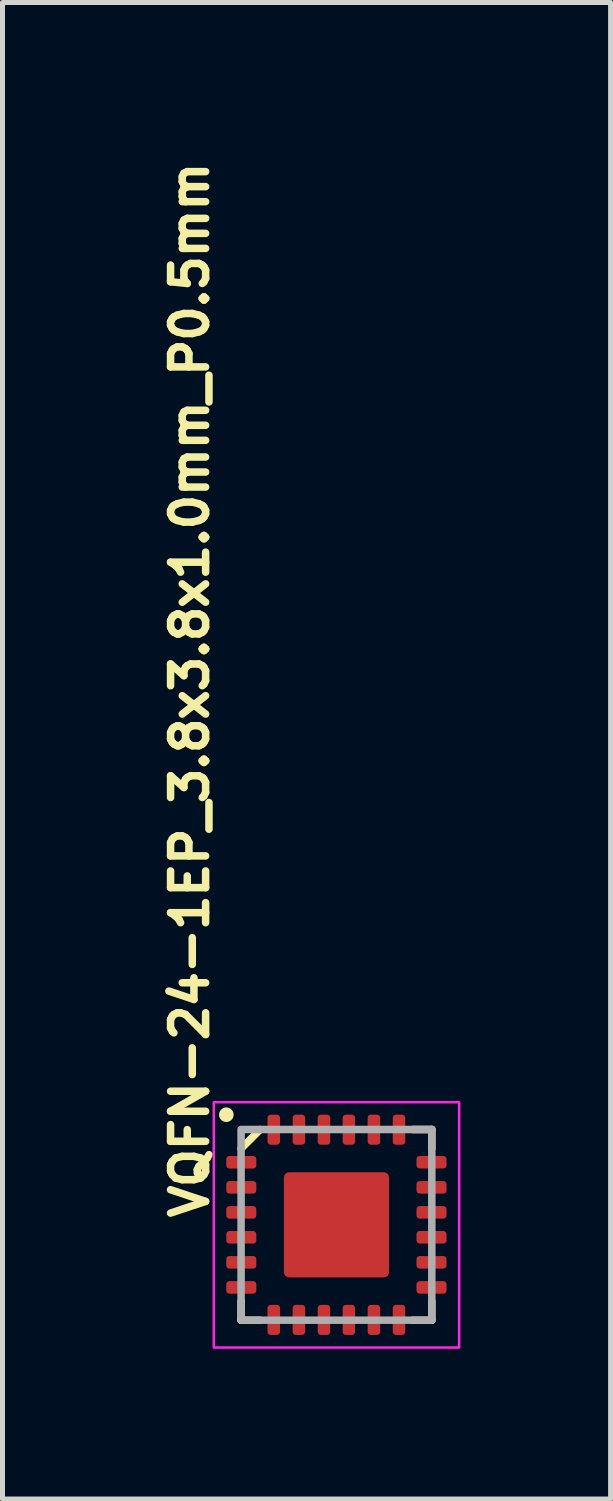
<source format=kicad_pcb>
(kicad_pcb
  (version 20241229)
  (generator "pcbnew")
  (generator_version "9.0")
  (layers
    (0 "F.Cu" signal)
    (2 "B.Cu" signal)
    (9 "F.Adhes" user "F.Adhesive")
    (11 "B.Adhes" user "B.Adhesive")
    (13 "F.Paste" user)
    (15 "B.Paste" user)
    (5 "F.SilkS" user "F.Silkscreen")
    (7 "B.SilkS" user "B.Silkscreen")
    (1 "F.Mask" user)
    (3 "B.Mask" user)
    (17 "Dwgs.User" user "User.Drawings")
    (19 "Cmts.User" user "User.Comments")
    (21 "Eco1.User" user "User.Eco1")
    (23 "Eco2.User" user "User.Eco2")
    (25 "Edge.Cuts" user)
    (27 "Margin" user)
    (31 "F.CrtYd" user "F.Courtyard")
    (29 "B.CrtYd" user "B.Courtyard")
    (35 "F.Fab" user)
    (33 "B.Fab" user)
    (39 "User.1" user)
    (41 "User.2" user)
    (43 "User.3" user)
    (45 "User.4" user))
  (footprint "VQFN-24-1EP_3.8x3.8x1.0mm_P0.5mm"
    (layer "F.Cu")
    (at 3.67 21.413)
    (property "Reference" "VQFN-24-1EP_3.8x3.8x1.0mm_P0.5mm" (at -2.52 -0.07 90) (layer "F.SilkS") (effects (font (size 0.7 0.7) (thickness 0.15)) (justify left bottom)))
    (attr smd)
    (fp_line (start -1.905 1.904) (end -1.905 1.523) (stroke (width 0.15) (type solid)) (layer "F.SilkS"))
    (fp_line (start -1.524 -1.905) (end -1.905 -1.524) (stroke (width 0.15) (type solid)) (layer "F.SilkS"))
    (fp_line (start -1.524 1.904) (end -1.905 1.904) (stroke (width 0.15) (type solid)) (layer "F.SilkS"))
    (fp_line (start 1.523 -1.905) (end 1.904 -1.905) (stroke (width 0.15) (type solid)) (layer "F.SilkS"))
    (fp_line (start 1.904 -1.905) (end 1.904 -1.524) (stroke (width 0.15) (type solid)) (layer "F.SilkS"))
    (fp_line (start 1.904 1.523) (end 1.904 1.904) (stroke (width 0.15) (type solid)) (layer "F.SilkS"))
    (fp_line (start 1.904 1.904) (end 1.523 1.904) (stroke (width 0.15) (type solid)) (layer "F.SilkS"))
    (fp_circle (center -2.2 -2.2) (end -2.15 -2.15) (stroke (width 0.15) (type solid)) (fill yes) (layer "F.SilkS"))
    (fp_rect (start 2.45 2.45) (end -2.45 -2.45) (stroke (width 0.05) (type solid)) (fill no) (layer "F.CrtYd"))
    (fp_rect (start 1.904 -1.905) (end -1.905 1.904) (stroke (width 0.15) (type solid)) (fill no) (layer "F.Fab"))
    (fp_rect (start 1.999 1.999) (end -2 -2) (stroke (width 0.1) (type solid)) (fill no) (layer "User.5"))
    (fp_line (start -2 -2) (end 1.999 -2) (stroke (width 0.02) (type solid)) (layer "User.9"))
    (fp_line (start -2 1.999) (end -2 -2) (stroke (width 0.02) (type solid)) (layer "User.9"))
    (fp_line (start -1.651 -1.418) (end -1.649 -1.426) (stroke (width 0.02) (type solid)) (layer "User.9"))
    (fp_line (start -1.651 -1.41) (end -1.651 -1.418) (stroke (width 0.02) (type solid)) (layer "User.9"))
    (fp_line (start -1.651 -1.401) (end -1.651 -1.41) (stroke (width 0.02) (type solid)) (layer "User.9"))
    (fp_line (start -1.651 -1.385) (end -1.651 -1.401) (stroke (width 0.02) (type solid)) (layer "User.9"))
    (fp_line (start -1.649 -1.434) (end -1.647 -1.442) (stroke (width 0.02) (type solid)) (layer "User.9"))
    (fp_line (start -1.649 -1.426) (end -1.649 -1.434) (stroke (width 0.02) (type solid)) (layer "User.9"))
    (fp_line (start -1.649 -1.367) (end -1.651 -1.385) (stroke (width 0.02) (type solid)) (layer "User.9"))
    (fp_line (start -1.647 -1.45) (end -1.645 -1.458) (stroke (width 0.02) (type solid)) (layer "User.9"))
    (fp_line (start -1.647 -1.442) (end -1.647 -1.45) (stroke (width 0.02) (type solid)) (layer "User.9"))
    (fp_line (start -1.647 -1.351) (end -1.649 -1.367) (stroke (width 0.02) (type solid)) (layer "User.9"))
    (fp_line (start -1.645 -1.458) (end -1.643 -1.466) (stroke (width 0.02) (type solid)) (layer "User.9"))
    (fp_line (start -1.643 -1.466) (end -1.641 -1.474) (stroke (width 0.02) (type solid)) (layer "User.9"))
    (fp_line (start -1.643 -1.335) (end -1.647 -1.351) (stroke (width 0.02) (type solid)) (layer "User.9"))
    (fp_line (start -1.641 -1.474) (end -1.637 -1.482) (stroke (width 0.02) (type solid)) (layer "User.9"))
    (fp_line (start -1.637 -1.482) (end -1.635 -1.49) (stroke (width 0.02) (type solid)) (layer "User.9"))
    (fp_line (start -1.637 -1.321) (end -1.643 -1.335) (stroke (width 0.02) (type solid)) (layer "User.9"))
    (fp_line (start -1.635 -1.49) (end -1.631 -1.496) (stroke (width 0.02) (type solid)) (layer "User.9"))
    (fp_line (start -1.631 -1.496) (end -1.629 -1.504) (stroke (width 0.02) (type solid)) (layer "User.9"))
    (fp_line (start -1.631 -1.305) (end -1.637 -1.321) (stroke (width 0.02) (type solid)) (layer "User.9"))
    (fp_line (start -1.629 -1.504) (end -1.625 -1.512) (stroke (width 0.02) (type solid)) (layer "User.9"))
    (fp_line (start -1.625 -1.512) (end -1.621 -1.518) (stroke (width 0.02) (type solid)) (layer "User.9"))
    (fp_line (start -1.625 -1.291) (end -1.631 -1.305) (stroke (width 0.02) (type solid)) (layer "User.9"))
    (fp_line (start -1.621 -1.518) (end -1.617 -1.526) (stroke (width 0.02) (type solid)) (layer "User.9"))
    (fp_line (start -1.617 -1.526) (end -1.613 -1.532) (stroke (width 0.02) (type solid)) (layer "User.9"))
    (fp_line (start -1.617 -1.276) (end -1.625 -1.291) (stroke (width 0.02) (type solid)) (layer "User.9"))
    (fp_line (start -1.613 -1.532) (end -1.609 -1.539) (stroke (width 0.02) (type solid)) (layer "User.9"))
    (fp_line (start -1.609 -1.539) (end -1.605 -1.547) (stroke (width 0.02) (type solid)) (layer "User.9"))
    (fp_line (start -1.609 -1.262) (end -1.617 -1.276) (stroke (width 0.02) (type solid)) (layer "User.9"))
    (fp_line (start -1.605 -1.547) (end -1.599 -1.553) (stroke (width 0.02) (type solid)) (layer "User.9"))
    (fp_line (start -1.599 -1.553) (end -1.595 -1.559) (stroke (width 0.02) (type solid)) (layer "User.9"))
    (fp_line (start -1.599 -1.25) (end -1.609 -1.262) (stroke (width 0.02) (type solid)) (layer "User.9"))
    (fp_line (start -1.595 -1.559) (end -1.589 -1.565) (stroke (width 0.02) (type solid)) (layer "User.9"))
    (fp_line (start -1.589 -1.565) (end -1.583 -1.571) (stroke (width 0.02) (type solid)) (layer "User.9"))
    (fp_line (start -1.589 -1.236) (end -1.599 -1.25) (stroke (width 0.02) (type solid)) (layer "User.9"))
    (fp_line (start -1.583 -1.571) (end -1.579 -1.577) (stroke (width 0.02) (type solid)) (layer "User.9"))
    (fp_line (start -1.579 -1.577) (end -1.573 -1.583) (stroke (width 0.02) (type solid)) (layer "User.9"))
    (fp_line (start -1.579 -1.224) (end -1.589 -1.236) (stroke (width 0.02) (type solid)) (layer "User.9"))
    (fp_line (start -1.573 -1.583) (end -1.567 -1.589) (stroke (width 0.02) (type solid)) (layer "User.9"))
    (fp_line (start -1.567 -1.589) (end -1.561 -1.593) (stroke (width 0.02) (type solid)) (layer "User.9"))
    (fp_line (start -1.567 -1.214) (end -1.579 -1.224) (stroke (width 0.02) (type solid)) (layer "User.9"))
    (fp_line (start -1.561 -1.593) (end -1.553 -1.599) (stroke (width 0.02) (type solid)) (layer "User.9"))
    (fp_line (start -1.553 -1.599) (end -1.547 -1.603) (stroke (width 0.02) (type solid)) (layer "User.9"))
    (fp_line (start -1.553 -1.202) (end -1.567 -1.214) (stroke (width 0.02) (type solid)) (layer "User.9"))
    (fp_line (start -1.547 -1.603) (end -1.541 -1.609) (stroke (width 0.02) (type solid)) (layer "User.9"))
    (fp_line (start -1.541 -1.609) (end -1.534 -1.613) (stroke (width 0.02) (type solid)) (layer "User.9"))
    (fp_line (start -1.541 -1.194) (end -1.553 -1.202) (stroke (width 0.02) (type solid)) (layer "User.9"))
    (fp_line (start -1.534 -1.613) (end -1.526 -1.617) (stroke (width 0.02) (type solid)) (layer "User.9"))
    (fp_line (start -1.526 -1.617) (end -1.526 -1.617) (stroke (width 0.02) (type solid)) (layer "User.9"))
    (fp_line (start -1.526 -1.617) (end -1.512 -1.625) (stroke (width 0.02) (type solid)) (layer "User.9"))
    (fp_line (start -1.526 -1.184) (end -1.541 -1.194) (stroke (width 0.02) (type solid)) (layer "User.9"))
    (fp_line (start -1.526 -1.184) (end -1.526 -1.184) (stroke (width 0.02) (type solid)) (layer "User.9"))
    (fp_line (start -1.512 -1.625) (end -1.496 -1.633) (stroke (width 0.02) (type solid)) (layer "User.9"))
    (fp_line (start -1.512 -1.176) (end -1.526 -1.184) (stroke (width 0.02) (type solid)) (layer "User.9"))
    (fp_line (start -1.496 -1.633) (end -1.48 -1.637) (stroke (width 0.02) (type solid)) (layer "User.9"))
    (fp_line (start -1.496 -1.17) (end -1.512 -1.176) (stroke (width 0.02) (type solid)) (layer "User.9"))
    (fp_line (start -1.48 -1.637) (end -1.466 -1.643) (stroke (width 0.02) (type solid)) (layer "User.9"))
    (fp_line (start -1.48 -1.164) (end -1.496 -1.17) (stroke (width 0.02) (type solid)) (layer "User.9"))
    (fp_line (start -1.466 -1.643) (end -1.45 -1.647) (stroke (width 0.02) (type solid)) (layer "User.9"))
    (fp_line (start -1.466 -1.16) (end -1.48 -1.164) (stroke (width 0.02) (type solid)) (layer "User.9"))
    (fp_line (start -1.45 -1.647) (end -1.434 -1.649) (stroke (width 0.02) (type solid)) (layer "User.9"))
    (fp_line (start -1.45 -1.156) (end -1.466 -1.16) (stroke (width 0.02) (type solid)) (layer "User.9"))
    (fp_line (start -1.434 -1.649) (end -1.418 -1.651) (stroke (width 0.02) (type solid)) (layer "User.9"))
    (fp_line (start -1.434 -1.154) (end -1.45 -1.156) (stroke (width 0.02) (type solid)) (layer "User.9"))
    (fp_line (start -1.418 -1.651) (end -1.401 -1.651) (stroke (width 0.02) (type solid)) (layer "User.9"))
    (fp_line (start -1.418 -1.151) (end -1.434 -1.154) (stroke (width 0.02) (type solid)) (layer "User.9"))
    (fp_line (start -1.401 -1.651) (end -1.385 -1.651) (stroke (width 0.02) (type solid)) (layer "User.9"))
    (fp_line (start -1.401 -1.151) (end -1.418 -1.151) (stroke (width 0.02) (type solid)) (layer "User.9"))
    (fp_line (start -1.385 -1.651) (end -1.369 -1.649) (stroke (width 0.02) (type solid)) (layer "User.9"))
    (fp_line (start -1.385 -1.151) (end -1.401 -1.151) (stroke (width 0.02) (type solid)) (layer "User.9"))
    (fp_line (start -1.369 -1.649) (end -1.353 -1.647) (stroke (width 0.02) (type solid)) (layer "User.9"))
    (fp_line (start -1.369 -1.154) (end -1.385 -1.151) (stroke (width 0.02) (type solid)) (layer "User.9"))
    (fp_line (start -1.353 -1.647) (end -1.337 -1.643) (stroke (width 0.02) (type solid)) (layer "User.9"))
    (fp_line (start -1.353 -1.156) (end -1.369 -1.154) (stroke (width 0.02) (type solid)) (layer "User.9"))
    (fp_line (start -1.337 -1.643) (end -1.321 -1.637) (stroke (width 0.02) (type solid)) (layer "User.9"))
    (fp_line (start -1.337 -1.16) (end -1.353 -1.156) (stroke (width 0.02) (type solid)) (layer "User.9"))
    (fp_line (start -1.321 -1.637) (end -1.305 -1.633) (stroke (width 0.02) (type solid)) (layer "User.9"))
    (fp_line (start -1.321 -1.164) (end -1.337 -1.16) (stroke (width 0.02) (type solid)) (layer "User.9"))
    (fp_line (start -1.305 -1.633) (end -1.291 -1.625) (stroke (width 0.02) (type solid)) (layer "User.9"))
    (fp_line (start -1.305 -1.17) (end -1.321 -1.164) (stroke (width 0.02) (type solid)) (layer "User.9"))
    (fp_line (start -1.291 -1.625) (end -1.276 -1.617) (stroke (width 0.02) (type solid)) (layer "User.9"))
    (fp_line (start -1.291 -1.176) (end -1.305 -1.17) (stroke (width 0.02) (type solid)) (layer "User.9"))
    (fp_line (start -1.276 -1.617) (end -1.276 -1.617) (stroke (width 0.02) (type solid)) (layer "User.9"))
    (fp_line (start -1.276 -1.617) (end -1.262 -1.609) (stroke (width 0.02) (type solid)) (layer "User.9"))
    (fp_line (start -1.276 -1.184) (end -1.291 -1.176) (stroke (width 0.02) (type solid)) (layer "User.9"))
    (fp_line (start -1.276 -1.184) (end -1.276 -1.184) (stroke (width 0.02) (type solid)) (layer "User.9"))
    (fp_line (start -1.268 -1.188) (end -1.276 -1.184) (stroke (width 0.02) (type solid)) (layer "User.9"))
    (fp_line (start -1.262 -1.609) (end -1.248 -1.599) (stroke (width 0.02) (type solid)) (layer "User.9"))
    (fp_line (start -1.262 -1.194) (end -1.268 -1.188) (stroke (width 0.02) (type solid)) (layer "User.9"))
    (fp_line (start -1.256 -1.198) (end -1.262 -1.194) (stroke (width 0.02) (type solid)) (layer "User.9"))
    (fp_line (start -1.248 -1.599) (end -1.236 -1.589) (stroke (width 0.02) (type solid)) (layer "User.9"))
    (fp_line (start -1.248 -1.202) (end -1.256 -1.198) (stroke (width 0.02) (type solid)) (layer "User.9"))
    (fp_line (start -1.242 -1.208) (end -1.248 -1.202) (stroke (width 0.02) (type solid)) (layer "User.9"))
    (fp_line (start -1.236 -1.589) (end -1.224 -1.577) (stroke (width 0.02) (type solid)) (layer "User.9"))
    (fp_line (start -1.236 -1.214) (end -1.242 -1.208) (stroke (width 0.02) (type solid)) (layer "User.9"))
    (fp_line (start -1.23 -1.218) (end -1.236 -1.214) (stroke (width 0.02) (type solid)) (layer "User.9"))
    (fp_line (start -1.224 -1.577) (end -1.212 -1.565) (stroke (width 0.02) (type solid)) (layer "User.9"))
    (fp_line (start -1.224 -1.224) (end -1.23 -1.218) (stroke (width 0.02) (type solid)) (layer "User.9"))
    (fp_line (start -1.218 -1.23) (end -1.224 -1.224) (stroke (width 0.02) (type solid)) (layer "User.9"))
    (fp_line (start -1.212 -1.565) (end -1.202 -1.553) (stroke (width 0.02) (type solid)) (layer "User.9"))
    (fp_line (start -1.212 -1.236) (end -1.218 -1.23) (stroke (width 0.02) (type solid)) (layer "User.9"))
    (fp_line (start -1.208 -1.242) (end -1.212 -1.236) (stroke (width 0.02) (type solid)) (layer "User.9"))
    (fp_line (start -1.202 -1.553) (end -1.194 -1.539) (stroke (width 0.02) (type solid)) (layer "User.9"))
    (fp_line (start -1.202 -1.25) (end -1.208 -1.242) (stroke (width 0.02) (type solid)) (layer "User.9"))
    (fp_line (start -1.198 -1.256) (end -1.202 -1.25) (stroke (width 0.02) (type solid)) (layer "User.9"))
    (fp_line (start -1.194 -1.539) (end -1.184 -1.526) (stroke (width 0.02) (type solid)) (layer "User.9"))
    (fp_line (start -1.194 -1.262) (end -1.198 -1.256) (stroke (width 0.02) (type solid)) (layer "User.9"))
    (fp_line (start -1.188 -1.27) (end -1.194 -1.262) (stroke (width 0.02) (type solid)) (layer "User.9"))
    (fp_line (start -1.184 -1.526) (end -1.176 -1.512) (stroke (width 0.02) (type solid)) (layer "User.9"))
    (fp_line (start -1.184 -1.276) (end -1.188 -1.27) (stroke (width 0.02) (type solid)) (layer "User.9"))
    (fp_line (start -1.18 -1.283) (end -1.184 -1.276) (stroke (width 0.02) (type solid)) (layer "User.9"))
    (fp_line (start -1.176 -1.512) (end -1.17 -1.496) (stroke (width 0.02) (type solid)) (layer "User.9"))
    (fp_line (start -1.176 -1.291) (end -1.18 -1.283) (stroke (width 0.02) (type solid)) (layer "User.9"))
    (fp_line (start -1.174 -1.297) (end -1.176 -1.291) (stroke (width 0.02) (type solid)) (layer "User.9"))
    (fp_line (start -1.17 -1.496) (end -1.164 -1.482) (stroke (width 0.02) (type solid)) (layer "User.9"))
    (fp_line (start -1.17 -1.305) (end -1.174 -1.297) (stroke (width 0.02) (type solid)) (layer "User.9"))
    (fp_line (start -1.168 -1.313) (end -1.17 -1.305) (stroke (width 0.02) (type solid)) (layer "User.9"))
    (fp_line (start -1.164 -1.482) (end -1.16 -1.466) (stroke (width 0.02) (type solid)) (layer "User.9"))
    (fp_line (start -1.164 -1.321) (end -1.168 -1.313) (stroke (width 0.02) (type solid)) (layer "User.9"))
    (fp_line (start -1.162 -1.327) (end -1.164 -1.321) (stroke (width 0.02) (type solid)) (layer "User.9"))
    (fp_line (start -1.16 -1.466) (end -1.156 -1.45) (stroke (width 0.02) (type solid)) (layer "User.9"))
    (fp_line (start -1.16 -1.335) (end -1.162 -1.327) (stroke (width 0.02) (type solid)) (layer "User.9"))
    (fp_line (start -1.158 -1.343) (end -1.16 -1.335) (stroke (width 0.02) (type solid)) (layer "User.9"))
    (fp_line (start -1.156 -1.45) (end -1.154 -1.434) (stroke (width 0.02) (type solid)) (layer "User.9"))
    (fp_line (start -1.156 -1.351) (end -1.158 -1.343) (stroke (width 0.02) (type solid)) (layer "User.9"))
    (fp_line (start -1.154 -1.434) (end -1.151 -1.418) (stroke (width 0.02) (type solid)) (layer "User.9"))
    (fp_line (start -1.154 -1.367) (end -1.154 -1.359) (stroke (width 0.02) (type solid)) (layer "User.9"))
    (fp_line (start -1.154 -1.359) (end -1.156 -1.351) (stroke (width 0.02) (type solid)) (layer "User.9"))
    (fp_line (start -1.153 -1.377) (end -1.154 -1.367) (stroke (width 0.02) (type solid)) (layer "User.9"))
    (fp_line (start -1.151 -1.418) (end -1.151 -1.401) (stroke (width 0.02) (type solid)) (layer "User.9"))
    (fp_line (start -1.151 -1.401) (end -1.151 -1.393) (stroke (width 0.02) (type solid)) (layer "User.9"))
    (fp_line (start -1.151 -1.393) (end -1.151 -1.385) (stroke (width 0.02) (type solid)) (layer "User.9"))
    (fp_line (start -1.151 -1.385) (end -1.153 -1.377) (stroke (width 0.02) (type solid)) (layer "User.9"))
    (fp_line (start 1.999 -2) (end 1.999 1.999) (stroke (width 0.02) (type solid)) (layer "User.9"))
    (fp_line (start 1.999 1.999) (end -2 1.999) (stroke (width 0.02) (type solid)) (layer "User.9"))
    (pad "1" smd roundrect (at -1.901 -1.25 270) (size 0.25 0.6) (layers "F.Cu" "F.Mask" "F.Paste") (roundrect_rratio 0.25))
    (pad "2" smd roundrect (at -1.901 -0.75 270) (size 0.25 0.6) (layers "F.Cu" "F.Mask" "F.Paste") (roundrect_rratio 0.25))
    (pad "3" smd roundrect (at -1.901 -0.25 270) (size 0.25 0.6) (layers "F.Cu" "F.Mask" "F.Paste") (roundrect_rratio 0.25))
    (pad "4" smd roundrect (at -1.901 0.248 270) (size 0.25 0.6) (layers "F.Cu" "F.Mask" "F.Paste") (roundrect_rratio 0.25))
    (pad "5" smd roundrect (at -1.901 0.748 270) (size 0.25 0.6) (layers "F.Cu" "F.Mask" "F.Paste") (roundrect_rratio 0.25))
    (pad "6" smd roundrect (at -1.901 1.249 270) (size 0.25 0.6) (layers "F.Cu" "F.Mask" "F.Paste") (roundrect_rratio 0.25))
    (pad "7" smd roundrect (at -1.252 1.898) (size 0.25 0.6) (layers "F.Cu" "F.Mask" "F.Paste") (roundrect_rratio 0.25))
    (pad "8" smd roundrect (at -0.751 1.898) (size 0.25 0.6) (layers "F.Cu" "F.Mask" "F.Paste") (roundrect_rratio 0.25))
    (pad "9" smd roundrect (at -0.25 1.898) (size 0.25 0.6) (layers "F.Cu" "F.Mask" "F.Paste") (roundrect_rratio 0.25))
    (pad "10" smd roundrect (at 0.248 1.898) (size 0.25 0.6) (layers "F.Cu" "F.Mask" "F.Paste") (roundrect_rratio 0.25))
    (pad "11" smd roundrect (at 0.748 1.898) (size 0.25 0.6) (layers "F.Cu" "F.Mask" "F.Paste") (roundrect_rratio 0.25))
    (pad "12" smd roundrect (at 1.249 1.898) (size 0.25 0.6) (layers "F.Cu" "F.Mask" "F.Paste") (roundrect_rratio 0.25))
    (pad "13" smd roundrect (at 1.898 1.249 90) (size 0.25 0.6) (layers "F.Cu" "F.Mask" "F.Paste") (roundrect_rratio 0.25))
    (pad "14" smd roundrect (at 1.898 0.748 90) (size 0.25 0.6) (layers "F.Cu" "F.Mask" "F.Paste") (roundrect_rratio 0.25))
    (pad "15" smd roundrect (at 1.898 0.248 90) (size 0.25 0.6) (layers "F.Cu" "F.Mask" "F.Paste") (roundrect_rratio 0.25))
    (pad "16" smd roundrect (at 1.898 -0.25 90) (size 0.25 0.6) (layers "F.Cu" "F.Mask" "F.Paste") (roundrect_rratio 0.25))
    (pad "17" smd roundrect (at 1.898 -0.75 90) (size 0.25 0.6) (layers "F.Cu" "F.Mask" "F.Paste") (roundrect_rratio 0.25))
    (pad "18" smd roundrect (at 1.898 -1.252 90) (size 0.25 0.6) (layers "F.Cu" "F.Mask" "F.Paste") (roundrect_rratio 0.25))
    (pad "19" smd roundrect (at 1.249 -1.901 180) (size 0.25 0.6) (layers "F.Cu" "F.Mask" "F.Paste") (roundrect_rratio 0.25))
    (pad "20" smd roundrect (at 0.748 -1.901 180) (size 0.25 0.6) (layers "F.Cu" "F.Mask" "F.Paste") (roundrect_rratio 0.25))
    (pad "21" smd roundrect (at 0.248 -1.901 180) (size 0.25 0.6) (layers "F.Cu" "F.Mask" "F.Paste") (roundrect_rratio 0.25))
    (pad "22" smd roundrect (at -0.25 -1.901 180) (size 0.25 0.6) (layers "F.Cu" "F.Mask" "F.Paste") (roundrect_rratio 0.25))
    (pad "23" smd roundrect (at -0.75 -1.901 180) (size 0.25 0.6) (layers "F.Cu" "F.Mask" "F.Paste") (roundrect_rratio 0.25))
    (pad "24" smd roundrect (at -1.252 -1.901 180) (size 0.25 0.6) (layers "F.Cu" "F.Mask" "F.Paste") (roundrect_rratio 0.25))
    (pad "25" smd roundrect (at 0 -0.001 180) (size 2.1 2.1) (layers "F.Cu" "F.Mask" "F.Paste") (roundrect_rratio 0.05)))
  (gr_rect
    (start -3 -3)
    (end 9.145 26.888)
    (stroke (width 0.1) (type default))
    (fill no)
    (layer "Edge.Cuts")))
</source>
